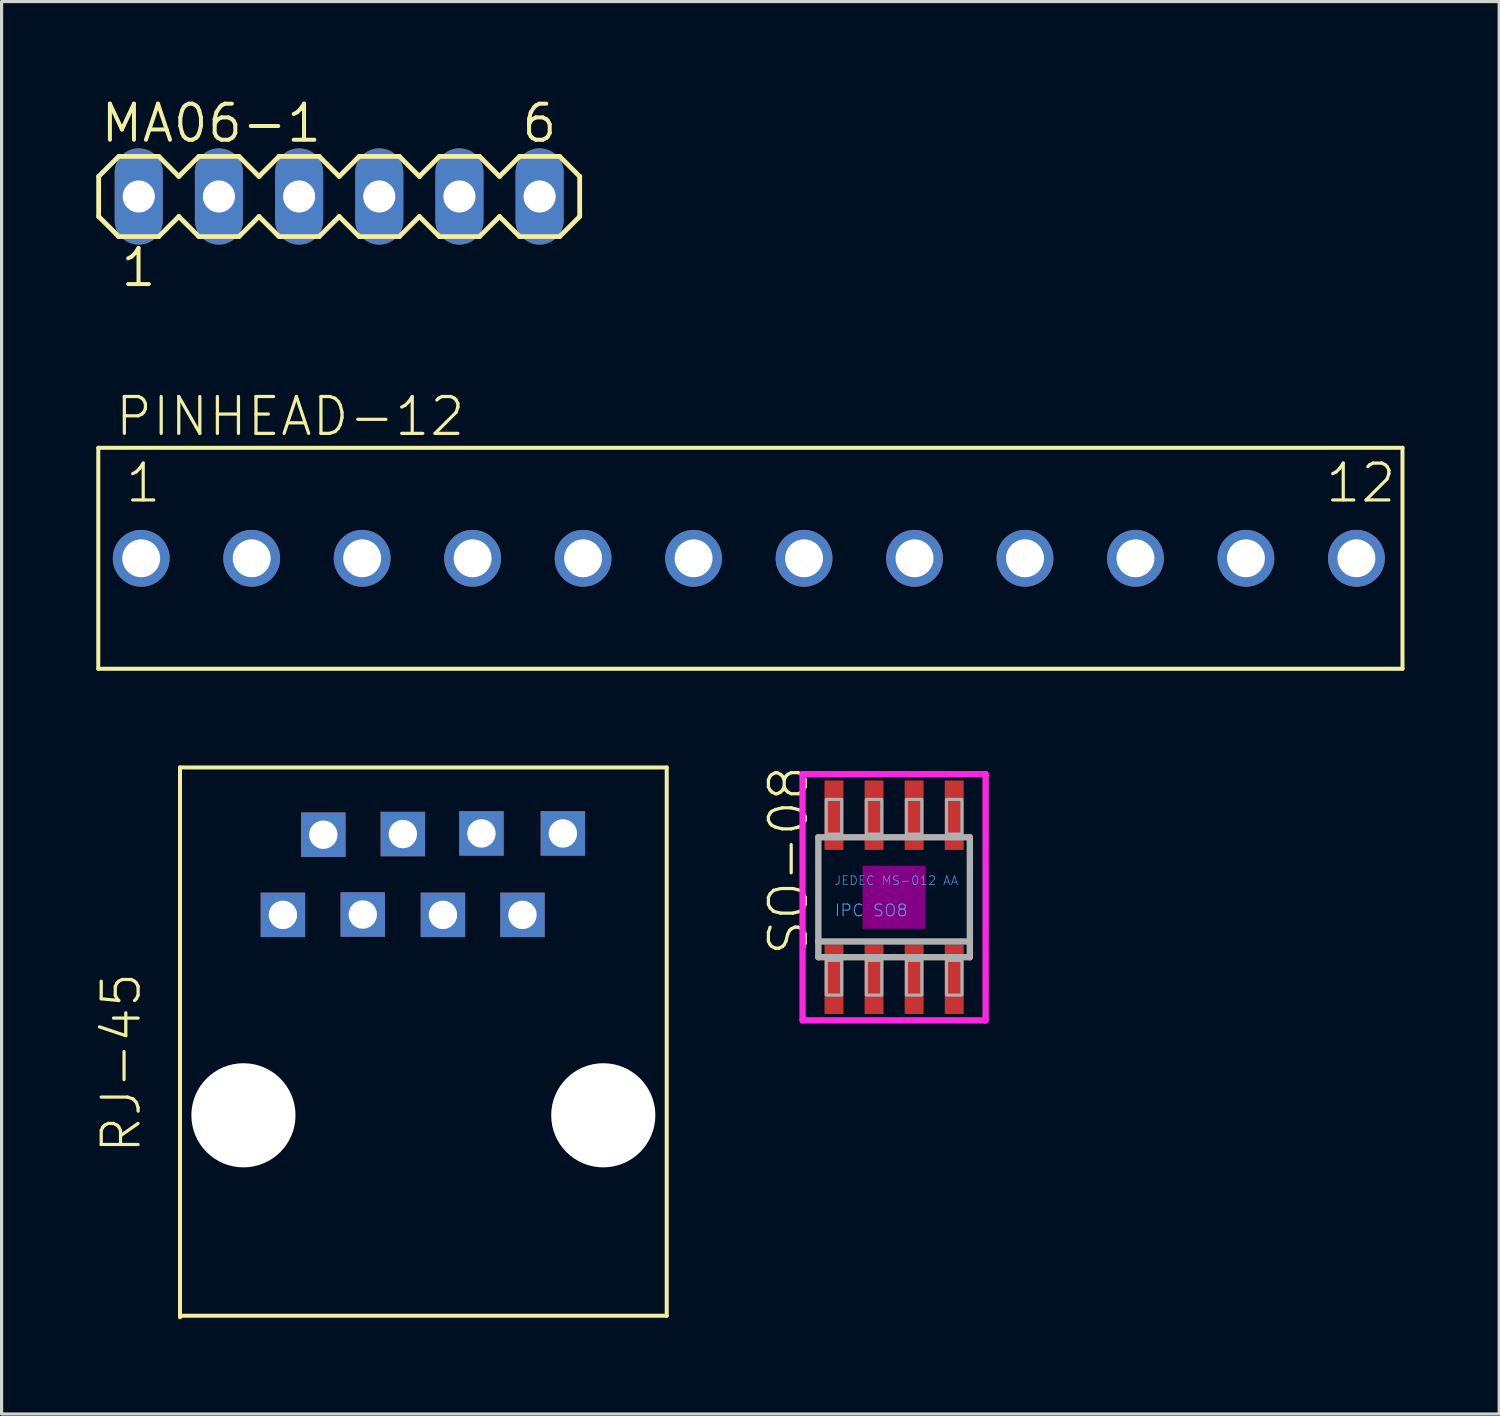
<source format=kicad_pcb>
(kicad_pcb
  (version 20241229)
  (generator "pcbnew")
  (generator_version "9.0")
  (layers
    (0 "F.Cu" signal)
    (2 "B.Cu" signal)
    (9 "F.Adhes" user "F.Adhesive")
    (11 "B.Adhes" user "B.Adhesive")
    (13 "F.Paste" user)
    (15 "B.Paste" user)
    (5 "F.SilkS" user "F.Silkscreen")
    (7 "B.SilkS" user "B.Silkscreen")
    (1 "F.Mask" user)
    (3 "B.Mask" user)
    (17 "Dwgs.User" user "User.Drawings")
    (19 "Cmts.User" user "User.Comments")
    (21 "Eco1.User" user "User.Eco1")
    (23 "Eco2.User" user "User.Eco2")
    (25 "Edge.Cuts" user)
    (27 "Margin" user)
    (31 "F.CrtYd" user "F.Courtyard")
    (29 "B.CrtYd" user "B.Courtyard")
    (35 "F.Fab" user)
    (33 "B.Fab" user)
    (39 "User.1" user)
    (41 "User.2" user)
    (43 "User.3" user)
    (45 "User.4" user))
  (footprint "MA06-1"
    (layer "F.Cu")
    (at 7.696 3.175)
    (property "Reference" "MA06-1" (at -7.62 -1.651 0) (unlocked yes) (layer "F.SilkS") (effects (font (size 1.143 1.143) (thickness 0.127)) (justify left bottom)))
    (fp_line (start -7.62 -0.635) (end -7.62 0.635) (stroke (width 0.152) (type solid)) (layer "F.SilkS"))
    (fp_line (start -7.62 0.635) (end -6.985 1.27) (stroke (width 0.152) (type solid)) (layer "F.SilkS"))
    (fp_line (start -6.985 -1.27) (end -7.62 -0.635) (stroke (width 0.152) (type solid)) (layer "F.SilkS"))
    (fp_line (start -6.985 -1.27) (end -5.715 -1.27) (stroke (width 0.152) (type solid)) (layer "F.SilkS"))
    (fp_line (start -5.715 -1.27) (end -5.08 -0.635) (stroke (width 0.152) (type solid)) (layer "F.SilkS"))
    (fp_line (start -5.715 1.27) (end -6.985 1.27) (stroke (width 0.152) (type solid)) (layer "F.SilkS"))
    (fp_line (start -5.08 -0.635) (end -4.445 -1.27) (stroke (width 0.152) (type solid)) (layer "F.SilkS"))
    (fp_line (start -5.08 0.635) (end -5.715 1.27) (stroke (width 0.152) (type solid)) (layer "F.SilkS"))
    (fp_line (start -4.445 -1.27) (end -3.175 -1.27) (stroke (width 0.152) (type solid)) (layer "F.SilkS"))
    (fp_line (start -4.445 1.27) (end -5.08 0.635) (stroke (width 0.152) (type solid)) (layer "F.SilkS"))
    (fp_line (start -3.175 -1.27) (end -2.54 -0.635) (stroke (width 0.152) (type solid)) (layer "F.SilkS"))
    (fp_line (start -3.175 1.27) (end -4.445 1.27) (stroke (width 0.152) (type solid)) (layer "F.SilkS"))
    (fp_line (start -2.54 -0.635) (end -1.905 -1.27) (stroke (width 0.152) (type solid)) (layer "F.SilkS"))
    (fp_line (start -2.54 0.635) (end -3.175 1.27) (stroke (width 0.152) (type solid)) (layer "F.SilkS"))
    (fp_line (start -1.905 -1.27) (end -0.635 -1.27) (stroke (width 0.152) (type solid)) (layer "F.SilkS"))
    (fp_line (start -1.905 1.27) (end -2.54 0.635) (stroke (width 0.152) (type solid)) (layer "F.SilkS"))
    (fp_line (start -0.635 -1.27) (end 0 -0.635) (stroke (width 0.152) (type solid)) (layer "F.SilkS"))
    (fp_line (start -0.635 1.27) (end -1.905 1.27) (stroke (width 0.152) (type solid)) (layer "F.SilkS"))
    (fp_line (start 0 0.635) (end -0.635 1.27) (stroke (width 0.152) (type solid)) (layer "F.SilkS"))
    (fp_line (start 0 0.635) (end 0.635 1.27) (stroke (width 0.152) (type solid)) (layer "F.SilkS"))
    (fp_line (start 0.635 -1.27) (end 0 -0.635) (stroke (width 0.152) (type solid)) (layer "F.SilkS"))
    (fp_line (start 0.635 -1.27) (end 1.905 -1.27) (stroke (width 0.152) (type solid)) (layer "F.SilkS"))
    (fp_line (start 1.905 -1.27) (end 2.54 -0.635) (stroke (width 0.152) (type solid)) (layer "F.SilkS"))
    (fp_line (start 1.905 1.27) (end 0.635 1.27) (stroke (width 0.152) (type solid)) (layer "F.SilkS"))
    (fp_line (start 2.54 -0.635) (end 3.175 -1.27) (stroke (width 0.152) (type solid)) (layer "F.SilkS"))
    (fp_line (start 2.54 0.635) (end 1.905 1.27) (stroke (width 0.152) (type solid)) (layer "F.SilkS"))
    (fp_line (start 3.175 -1.27) (end 4.445 -1.27) (stroke (width 0.152) (type solid)) (layer "F.SilkS"))
    (fp_line (start 3.175 1.27) (end 2.54 0.635) (stroke (width 0.152) (type solid)) (layer "F.SilkS"))
    (fp_line (start 4.445 -1.27) (end 5.08 -0.635) (stroke (width 0.152) (type solid)) (layer "F.SilkS"))
    (fp_line (start 4.445 1.27) (end 3.175 1.27) (stroke (width 0.152) (type solid)) (layer "F.SilkS"))
    (fp_line (start 5.08 -0.635) (end 5.715 -1.27) (stroke (width 0.152) (type solid)) (layer "F.SilkS"))
    (fp_line (start 5.08 0.635) (end 4.445 1.27) (stroke (width 0.152) (type solid)) (layer "F.SilkS"))
    (fp_line (start 5.715 -1.27) (end 6.985 -1.27) (stroke (width 0.152) (type solid)) (layer "F.SilkS"))
    (fp_line (start 5.715 1.27) (end 5.08 0.635) (stroke (width 0.152) (type solid)) (layer "F.SilkS"))
    (fp_line (start 6.985 -1.27) (end 7.62 -0.635) (stroke (width 0.152) (type solid)) (layer "F.SilkS"))
    (fp_line (start 6.985 1.27) (end 5.715 1.27) (stroke (width 0.152) (type solid)) (layer "F.SilkS"))
    (fp_line (start 7.62 -0.635) (end 7.62 0.635) (stroke (width 0.152) (type solid)) (layer "F.SilkS"))
    (fp_line (start 7.62 0.635) (end 6.985 1.27) (stroke (width 0.152) (type solid)) (layer "F.SilkS"))
    (fp_poly (pts (xy -6.604 0.254) (xy -6.096 0.254) (xy -6.096 -0.254) (xy -6.604 -0.254)) (stroke (width 0.1) (type default)) (fill no) (layer "F.Fab"))
    (fp_poly (pts (xy -4.064 0.254) (xy -3.556 0.254) (xy -3.556 -0.254) (xy -4.064 -0.254)) (stroke (width 0.1) (type default)) (fill no) (layer "F.Fab"))
    (fp_poly (pts (xy -1.524 0.254) (xy -1.016 0.254) (xy -1.016 -0.254) (xy -1.524 -0.254)) (stroke (width 0.1) (type default)) (fill no) (layer "F.Fab"))
    (fp_poly (pts (xy 1.016 0.254) (xy 1.524 0.254) (xy 1.524 -0.254) (xy 1.016 -0.254)) (stroke (width 0.1) (type default)) (fill no) (layer "F.Fab"))
    (fp_poly (pts (xy 3.556 0.254) (xy 4.064 0.254) (xy 4.064 -0.254) (xy 3.556 -0.254)) (stroke (width 0.1) (type default)) (fill no) (layer "F.Fab"))
    (fp_poly (pts (xy 6.096 0.254) (xy 6.604 0.254) (xy 6.604 -0.254) (xy 6.096 -0.254)) (stroke (width 0.1) (type default)) (fill no) (layer "F.Fab"))
    (fp_text user "6" (at 5.715 -1.651 0) (unlocked yes) (layer "F.SilkS") (effects (font (size 1.143 1.143) (thickness 0.127)) (justify left bottom)))
    (fp_text user "1" (at -6.985 2.921 0) (unlocked yes) (layer "F.SilkS") (effects (font (size 1.143 1.143) (thickness 0.127)) (justify left bottom)))
    (pad "1" thru_hole oval (at -6.35 0 90) (size 3.048 1.524) (drill 1.016) (layers "*.Cu" "*.Mask"))
    (pad "2" thru_hole oval (at -3.81 0 90) (size 3.048 1.524) (drill 1.016) (layers "*.Cu" "*.Mask"))
    (pad "3" thru_hole oval (at -1.27 0 90) (size 3.048 1.524) (drill 1.016) (layers "*.Cu" "*.Mask"))
    (pad "4" thru_hole oval (at 1.27 0 90) (size 3.048 1.524) (drill 1.016) (layers "*.Cu" "*.Mask"))
    (pad "5" thru_hole oval (at 3.81 0 90) (size 3.048 1.524) (drill 1.016) (layers "*.Cu" "*.Mask"))
    (pad "6" thru_hole oval (at 6.35 0 90) (size 3.048 1.524) (drill 1.016) (layers "*.Cu" "*.Mask")))
  (footprint "PINHEAD-12"
    (layer "F.Cu")
    (at 18.924 14.638)
    (property "Reference" "PINHEAD-12" (at -18.38 -3.81 0) (unlocked yes) (layer "F.SilkS") (effects (font (size 1.168 1.168) (thickness 0.102)) (justify left bottom)))
    (fp_line (start -18.86 -3.5) (end -18.86 3.5) (stroke (width 0.127) (type solid)) (layer "F.SilkS"))
    (fp_line (start -18.86 3.5) (end 22.46 3.5) (stroke (width 0.127) (type solid)) (layer "F.SilkS"))
    (fp_line (start 22.46 -3.5) (end -18.86 -3.5) (stroke (width 0.127) (type solid)) (layer "F.SilkS"))
    (fp_line (start 22.46 3.5) (end 22.46 -3.5) (stroke (width 0.127) (type solid)) (layer "F.SilkS"))
    (fp_text user "1" (at -18.06 -1.7 0) (unlocked yes) (layer "F.SilkS") (effects (font (size 1.168 1.168) (thickness 0.102)) (justify left bottom)))
    (fp_text user "12" (at 19.96 -1.7 0) (unlocked yes) (layer "F.SilkS") (effects (font (size 1.168 1.168) (thickness 0.102)) (justify left bottom)))
    (pad "1" thru_hole circle (at -17.5 0) (size 1.8 1.8) (drill 1.2) (layers "*.Cu" "*.Mask"))
    (pad "2" thru_hole circle (at -14 0) (size 1.8 1.8) (drill 1.2) (layers "*.Cu" "*.Mask"))
    (pad "3" thru_hole circle (at -10.5 0) (size 1.8 1.8) (drill 1.2) (layers "*.Cu" "*.Mask"))
    (pad "4" thru_hole circle (at -7 0) (size 1.8 1.8) (drill 1.2) (layers "*.Cu" "*.Mask"))
    (pad "5" thru_hole circle (at -3.5 0) (size 1.8 1.8) (drill 1.2) (layers "*.Cu" "*.Mask"))
    (pad "6" thru_hole circle (at 0 0) (size 1.8 1.8) (drill 1.2) (layers "*.Cu" "*.Mask"))
    (pad "7" thru_hole circle (at 3.5 0) (size 1.8 1.8) (drill 1.2) (layers "*.Cu" "*.Mask"))
    (pad "8" thru_hole circle (at 7 0) (size 1.8 1.8) (drill 1.2) (layers "*.Cu" "*.Mask"))
    (pad "9" thru_hole circle (at 10.5 0) (size 1.8 1.8) (drill 1.2) (layers "*.Cu" "*.Mask"))
    (pad "10" thru_hole circle (at 14 0) (size 1.8 1.8) (drill 1.2) (layers "*.Cu" "*.Mask"))
    (pad "11" thru_hole circle (at 17.5 0) (size 1.8 1.8) (drill 1.2) (layers "*.Cu" "*.Mask"))
    (pad "12" thru_hole circle (at 21 0) (size 1.8 1.8) (drill 1.2) (layers "*.Cu" "*.Mask")))
  (footprint "RJ-45"
    (layer "F.Cu")
    (at 10.363 32.285)
    (property "Reference" "RJ-45" (at -8.89 1.27 90) (unlocked yes) (layer "F.SilkS") (effects (font (size 1.168 1.168) (thickness 0.102)) (justify left bottom)))
    (fp_line (start -7.71 -11.02) (end -7.71 6.4) (stroke (width 0.127) (type solid)) (layer "F.SilkS"))
    (fp_line (start -7.71 6.35) (end 7.71 6.35) (stroke (width 0.127) (type solid)) (layer "F.SilkS"))
    (fp_line (start 7.71 -11.02) (end -7.71 -11.02) (stroke (width 0.127) (type solid)) (layer "F.SilkS"))
    (fp_line (start 7.71 6.35) (end 7.71 -11.02) (stroke (width 0.127) (type solid)) (layer "F.SilkS"))
    (pad "" np_thru_hole circle (at -5.7 0) (size 3.3 3.3) (drill 3.3) (layers "*.Cu" "*.Mask"))
    (pad "" np_thru_hole circle (at 5.7 0) (size 3.3 3.3) (drill 3.3) (layers "*.Cu" "*.Mask"))
    (pad "1" thru_hole rect (at -4.45 -6.35) (size 1.408 1.408) (drill 0.9) (layers "*.Cu" "*.Mask"))
    (pad "2" thru_hole rect (at -3.17 -8.89) (size 1.408 1.408) (drill 0.9) (layers "*.Cu" "*.Mask"))
    (pad "3" thru_hole rect (at -1.92 -6.36) (size 1.408 1.408) (drill 0.9) (layers "*.Cu" "*.Mask"))
    (pad "4" thru_hole rect (at -0.65 -8.91) (size 1.408 1.408) (drill 0.9) (layers "*.Cu" "*.Mask"))
    (pad "5" thru_hole rect (at 0.62 -6.35) (size 1.408 1.408) (drill 0.9) (layers "*.Cu" "*.Mask"))
    (pad "6" thru_hole rect (at 1.84 -8.93) (size 1.408 1.408) (drill 0.9) (layers "*.Cu" "*.Mask"))
    (pad "7" thru_hole rect (at 3.14 -6.35) (size 1.408 1.408) (drill 0.9) (layers "*.Cu" "*.Mask"))
    (pad "8" thru_hole rect (at 4.42 -8.93) (size 1.408 1.408) (drill 0.9) (layers "*.Cu" "*.Mask")))
  (footprint "SO-08"
    (layer "F.Cu")
    (at 25.277 25.377)
    (property "Reference" "SO-08" (at -2.667 1.905 90) (unlocked yes) (layer "F.SilkS") (effects (font (size 1.168 1.168) (thickness 0.102)) (justify left bottom)))
    (fp_poly (pts (xy -1 1) (xy 1 1) (xy 1 -1) (xy -1 -1)) (stroke (width 0) (type default)) (fill yes) (layer "F.Adhes"))
    (fp_line (start -2.9 -3.9) (end 2.9 -3.9) (stroke (width 0.2) (type solid)) (layer "F.CrtYd"))
    (fp_line (start -2.9 3.9) (end -2.9 -3.9) (stroke (width 0.2) (type solid)) (layer "F.CrtYd"))
    (fp_line (start 2.9 -3.9) (end 2.9 3.9) (stroke (width 0.2) (type solid)) (layer "F.CrtYd"))
    (fp_line (start 2.9 3.9) (end -2.9 3.9) (stroke (width 0.2) (type solid)) (layer "F.CrtYd"))
    (fp_line (start -2.4 -1.9) (end 2.4 -1.9) (stroke (width 0.203) (type solid)) (layer "F.Fab"))
    (fp_line (start -2.4 1.4) (end -2.4 -1.9) (stroke (width 0.203) (type solid)) (layer "F.Fab"))
    (fp_line (start -2.4 1.9) (end -2.4 1.4) (stroke (width 0.203) (type solid)) (layer "F.Fab"))
    (fp_line (start 2.4 -1.9) (end 2.4 1.4) (stroke (width 0.203) (type solid)) (layer "F.Fab"))
    (fp_line (start 2.4 1.4) (end -2.4 1.4) (stroke (width 0.203) (type solid)) (layer "F.Fab"))
    (fp_line (start 2.4 1.4) (end 2.4 1.9) (stroke (width 0.203) (type solid)) (layer "F.Fab"))
    (fp_line (start 2.4 1.9) (end -2.4 1.9) (stroke (width 0.203) (type solid)) (layer "F.Fab"))
    (fp_poly (pts (xy -2.15 -2) (xy -1.66 -2) (xy -1.66 -3.1) (xy -2.15 -3.1)) (stroke (width 0.1) (type default)) (fill no) (layer "F.Fab"))
    (fp_poly (pts (xy -2.15 3.1) (xy -1.66 3.1) (xy -1.66 2) (xy -2.15 2)) (stroke (width 0.1) (type default)) (fill no) (layer "F.Fab"))
    (fp_poly (pts (xy -0.88 -2) (xy -0.39 -2) (xy -0.39 -3.1) (xy -0.88 -3.1)) (stroke (width 0.1) (type default)) (fill no) (layer "F.Fab"))
    (fp_poly (pts (xy -0.88 3.1) (xy -0.39 3.1) (xy -0.39 2) (xy -0.88 2)) (stroke (width 0.1) (type default)) (fill no) (layer "F.Fab"))
    (fp_poly (pts (xy 0.39 -2) (xy 0.88 -2) (xy 0.88 -3.1) (xy 0.39 -3.1)) (stroke (width 0.1) (type default)) (fill no) (layer "F.Fab"))
    (fp_poly (pts (xy 0.39 3.1) (xy 0.88 3.1) (xy 0.88 2) (xy 0.39 2)) (stroke (width 0.1) (type default)) (fill no) (layer "F.Fab"))
    (fp_poly (pts (xy 1.66 -2) (xy 2.15 -2) (xy 2.15 -3.1) (xy 1.66 -3.1)) (stroke (width 0.1) (type default)) (fill no) (layer "F.Fab"))
    (fp_poly (pts (xy 1.66 3.1) (xy 2.15 3.1) (xy 2.15 2) (xy 1.66 2)) (stroke (width 0.1) (type default)) (fill no) (layer "F.Fab"))
    (fp_text user "IPC SO8" (at -1.905 0.635 0) (unlocked yes) (layer "Cmts.User") (effects (font (size 0.374 0.374) (thickness 0.033)) (justify left bottom)))
    (fp_text user "JEDEC MS-012 AA" (at -1.905 -0.365 0) (unlocked yes) (layer "Cmts.User") (effects (font (size 0.28 0.28) (thickness 0.024)) (justify left bottom)))
    (pad "1" smd rect (at -1.905 2.6) (size 0.6 2.2) (layers "F.Cu" "F.Mask" "F.Paste"))
    (pad "2" smd rect (at -0.635 2.6) (size 0.6 2.2) (layers "F.Cu" "F.Mask" "F.Paste"))
    (pad "3" smd rect (at 0.635 2.6) (size 0.6 2.2) (layers "F.Cu" "F.Mask" "F.Paste"))
    (pad "4" smd rect (at 1.905 2.6) (size 0.6 2.2) (layers "F.Cu" "F.Mask" "F.Paste"))
    (pad "5" smd rect (at 1.905 -2.6) (size 0.6 2.2) (layers "F.Cu" "F.Mask" "F.Paste"))
    (pad "6" smd rect (at 0.635 -2.6) (size 0.6 2.2) (layers "F.Cu" "F.Mask" "F.Paste"))
    (pad "7" smd rect (at -0.635 -2.6) (size 0.6 2.2) (layers "F.Cu" "F.Mask" "F.Paste"))
    (pad "8" smd rect (at -1.905 -2.6) (size 0.6 2.2) (layers "F.Cu" "F.Mask" "F.Paste")))
  (gr_rect
    (start -3 -3)
    (end 44.447 41.749)
    (stroke (width 0.1) (type default))
    (fill no)
    (layer "Edge.Cuts")))
</source>
